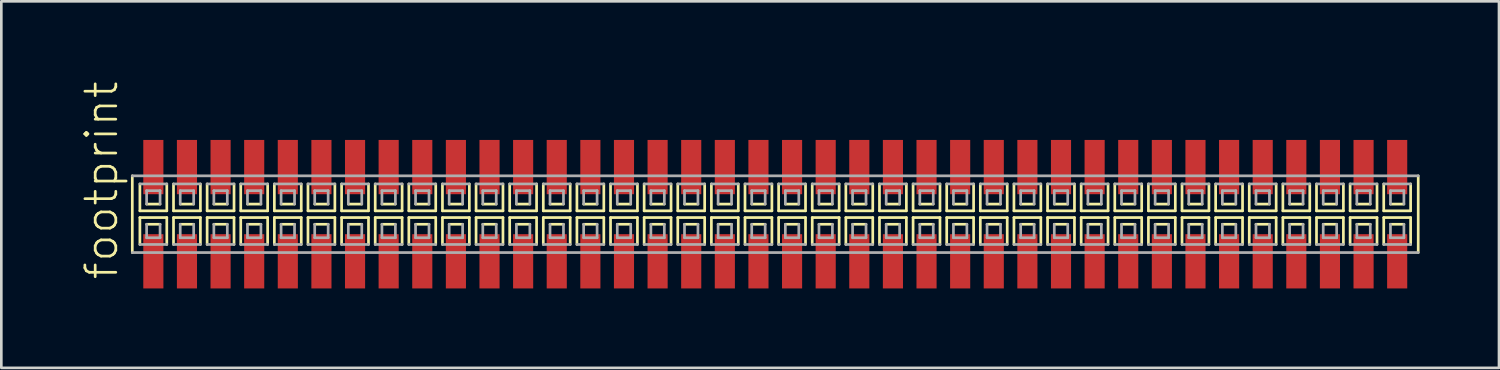
<source format=kicad_pcb>
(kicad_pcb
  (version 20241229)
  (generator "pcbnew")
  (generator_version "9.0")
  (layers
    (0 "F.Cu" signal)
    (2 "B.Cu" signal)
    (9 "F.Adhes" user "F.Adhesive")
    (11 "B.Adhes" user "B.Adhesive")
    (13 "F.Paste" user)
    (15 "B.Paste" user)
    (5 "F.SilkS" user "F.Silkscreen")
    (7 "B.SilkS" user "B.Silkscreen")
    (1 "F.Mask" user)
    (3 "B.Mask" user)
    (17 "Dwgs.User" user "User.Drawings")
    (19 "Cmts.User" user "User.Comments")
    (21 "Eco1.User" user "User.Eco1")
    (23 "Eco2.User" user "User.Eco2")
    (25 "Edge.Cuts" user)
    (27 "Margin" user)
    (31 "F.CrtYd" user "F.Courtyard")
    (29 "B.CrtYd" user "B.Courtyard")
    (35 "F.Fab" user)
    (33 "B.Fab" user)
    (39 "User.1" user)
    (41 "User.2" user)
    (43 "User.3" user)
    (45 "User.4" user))
  (footprint "footprint"
    (layer "F.Cu")
    (at 26.238 5.042)
    (property "Reference" "footprint" (at -24.765 2.54 90) (layer "F.SilkS") (effects (font (size 1.168 1.168) (thickness 0.102)) (justify left bottom)))
    (fp_line (start -24.29 -1.45) (end -24.29 1.45) (stroke (width 0.102) (type solid)) (layer "F.SilkS"))
    (fp_line (start -24.003 -1.143) (end -24.003 -0.127) (stroke (width 0.102) (type solid)) (layer "F.SilkS"))
    (fp_line (start -24.003 -0.127) (end -22.987 -0.127) (stroke (width 0.102) (type solid)) (layer "F.SilkS"))
    (fp_line (start -24.003 0.127) (end -24.003 1.143) (stroke (width 0.102) (type solid)) (layer "F.SilkS"))
    (fp_line (start -23.749 -0.381) (end -23.241 -0.381) (stroke (width 0.102) (type solid)) (layer "F.SilkS"))
    (fp_line (start -23.241 0.381) (end -23.749 0.381) (stroke (width 0.102) (type solid)) (layer "F.SilkS"))
    (fp_line (start -22.987 -0.127) (end -22.987 -1.143) (stroke (width 0.102) (type solid)) (layer "F.SilkS"))
    (fp_line (start -22.987 0.127) (end -24.003 0.127) (stroke (width 0.102) (type solid)) (layer "F.SilkS"))
    (fp_line (start -22.987 1.143) (end -22.987 0.127) (stroke (width 0.102) (type solid)) (layer "F.SilkS"))
    (fp_line (start -22.733 -1.143) (end -22.733 -0.127) (stroke (width 0.102) (type solid)) (layer "F.SilkS"))
    (fp_line (start -22.733 -0.127) (end -21.717 -0.127) (stroke (width 0.102) (type solid)) (layer "F.SilkS"))
    (fp_line (start -22.733 0.127) (end -22.733 1.143) (stroke (width 0.102) (type solid)) (layer "F.SilkS"))
    (fp_line (start -22.479 -0.381) (end -21.971 -0.381) (stroke (width 0.102) (type solid)) (layer "F.SilkS"))
    (fp_line (start -21.971 0.381) (end -22.479 0.381) (stroke (width 0.102) (type solid)) (layer "F.SilkS"))
    (fp_line (start -21.717 -0.127) (end -21.717 -1.143) (stroke (width 0.102) (type solid)) (layer "F.SilkS"))
    (fp_line (start -21.717 0.127) (end -22.733 0.127) (stroke (width 0.102) (type solid)) (layer "F.SilkS"))
    (fp_line (start -21.717 1.143) (end -21.717 0.127) (stroke (width 0.102) (type solid)) (layer "F.SilkS"))
    (fp_line (start -21.463 -1.143) (end -21.463 -0.127) (stroke (width 0.102) (type solid)) (layer "F.SilkS"))
    (fp_line (start -21.463 -0.127) (end -20.447 -0.127) (stroke (width 0.102) (type solid)) (layer "F.SilkS"))
    (fp_line (start -21.463 0.127) (end -21.463 1.143) (stroke (width 0.102) (type solid)) (layer "F.SilkS"))
    (fp_line (start -21.209 -0.381) (end -20.701 -0.381) (stroke (width 0.102) (type solid)) (layer "F.SilkS"))
    (fp_line (start -20.701 0.381) (end -21.209 0.381) (stroke (width 0.102) (type solid)) (layer "F.SilkS"))
    (fp_line (start -20.447 -0.127) (end -20.447 -1.143) (stroke (width 0.102) (type solid)) (layer "F.SilkS"))
    (fp_line (start -20.447 0.127) (end -21.463 0.127) (stroke (width 0.102) (type solid)) (layer "F.SilkS"))
    (fp_line (start -20.447 1.143) (end -20.447 0.127) (stroke (width 0.102) (type solid)) (layer "F.SilkS"))
    (fp_line (start -20.193 -1.143) (end -20.193 -0.127) (stroke (width 0.102) (type solid)) (layer "F.SilkS"))
    (fp_line (start -20.193 -0.127) (end -19.177 -0.127) (stroke (width 0.102) (type solid)) (layer "F.SilkS"))
    (fp_line (start -20.193 0.127) (end -20.193 1.143) (stroke (width 0.102) (type solid)) (layer "F.SilkS"))
    (fp_line (start -19.939 -0.381) (end -19.431 -0.381) (stroke (width 0.102) (type solid)) (layer "F.SilkS"))
    (fp_line (start -19.431 0.381) (end -19.939 0.381) (stroke (width 0.102) (type solid)) (layer "F.SilkS"))
    (fp_line (start -19.177 -0.127) (end -19.177 -1.143) (stroke (width 0.102) (type solid)) (layer "F.SilkS"))
    (fp_line (start -19.177 0.127) (end -20.193 0.127) (stroke (width 0.102) (type solid)) (layer "F.SilkS"))
    (fp_line (start -19.177 1.143) (end -19.177 0.127) (stroke (width 0.102) (type solid)) (layer "F.SilkS"))
    (fp_line (start -18.923 -1.143) (end -18.923 -0.127) (stroke (width 0.102) (type solid)) (layer "F.SilkS"))
    (fp_line (start -18.923 -0.127) (end -17.907 -0.127) (stroke (width 0.102) (type solid)) (layer "F.SilkS"))
    (fp_line (start -18.923 0.127) (end -18.923 1.143) (stroke (width 0.102) (type solid)) (layer "F.SilkS"))
    (fp_line (start -18.669 -0.381) (end -18.161 -0.381) (stroke (width 0.102) (type solid)) (layer "F.SilkS"))
    (fp_line (start -18.161 0.381) (end -18.669 0.381) (stroke (width 0.102) (type solid)) (layer "F.SilkS"))
    (fp_line (start -17.907 -0.127) (end -17.907 -1.143) (stroke (width 0.102) (type solid)) (layer "F.SilkS"))
    (fp_line (start -17.907 0.127) (end -18.923 0.127) (stroke (width 0.102) (type solid)) (layer "F.SilkS"))
    (fp_line (start -17.907 1.143) (end -17.907 0.127) (stroke (width 0.102) (type solid)) (layer "F.SilkS"))
    (fp_line (start -17.653 -1.143) (end -17.653 -0.127) (stroke (width 0.102) (type solid)) (layer "F.SilkS"))
    (fp_line (start -17.653 -0.127) (end -16.637 -0.127) (stroke (width 0.102) (type solid)) (layer "F.SilkS"))
    (fp_line (start -17.653 0.127) (end -17.653 1.143) (stroke (width 0.102) (type solid)) (layer "F.SilkS"))
    (fp_line (start -17.399 -0.381) (end -16.891 -0.381) (stroke (width 0.102) (type solid)) (layer "F.SilkS"))
    (fp_line (start -16.891 0.381) (end -17.399 0.381) (stroke (width 0.102) (type solid)) (layer "F.SilkS"))
    (fp_line (start -16.637 -0.127) (end -16.637 -1.143) (stroke (width 0.102) (type solid)) (layer "F.SilkS"))
    (fp_line (start -16.637 0.127) (end -17.653 0.127) (stroke (width 0.102) (type solid)) (layer "F.SilkS"))
    (fp_line (start -16.637 1.143) (end -16.637 0.127) (stroke (width 0.102) (type solid)) (layer "F.SilkS"))
    (fp_line (start -16.383 -1.143) (end -16.383 -0.127) (stroke (width 0.102) (type solid)) (layer "F.SilkS"))
    (fp_line (start -16.383 -0.127) (end -15.367 -0.127) (stroke (width 0.102) (type solid)) (layer "F.SilkS"))
    (fp_line (start -16.383 0.127) (end -16.383 1.143) (stroke (width 0.102) (type solid)) (layer "F.SilkS"))
    (fp_line (start -16.129 -0.381) (end -15.621 -0.381) (stroke (width 0.102) (type solid)) (layer "F.SilkS"))
    (fp_line (start -15.621 0.381) (end -16.129 0.381) (stroke (width 0.102) (type solid)) (layer "F.SilkS"))
    (fp_line (start -15.367 -0.127) (end -15.367 -1.143) (stroke (width 0.102) (type solid)) (layer "F.SilkS"))
    (fp_line (start -15.367 0.127) (end -16.383 0.127) (stroke (width 0.102) (type solid)) (layer "F.SilkS"))
    (fp_line (start -15.367 1.143) (end -15.367 0.127) (stroke (width 0.102) (type solid)) (layer "F.SilkS"))
    (fp_line (start -15.113 -1.143) (end -15.113 -0.127) (stroke (width 0.102) (type solid)) (layer "F.SilkS"))
    (fp_line (start -15.113 -0.127) (end -14.097 -0.127) (stroke (width 0.102) (type solid)) (layer "F.SilkS"))
    (fp_line (start -15.113 0.127) (end -15.113 1.143) (stroke (width 0.102) (type solid)) (layer "F.SilkS"))
    (fp_line (start -14.859 -0.381) (end -14.351 -0.381) (stroke (width 0.102) (type solid)) (layer "F.SilkS"))
    (fp_line (start -14.351 0.381) (end -14.859 0.381) (stroke (width 0.102) (type solid)) (layer "F.SilkS"))
    (fp_line (start -14.097 -0.127) (end -14.097 -1.143) (stroke (width 0.102) (type solid)) (layer "F.SilkS"))
    (fp_line (start -14.097 0.127) (end -15.113 0.127) (stroke (width 0.102) (type solid)) (layer "F.SilkS"))
    (fp_line (start -14.097 1.143) (end -14.097 0.127) (stroke (width 0.102) (type solid)) (layer "F.SilkS"))
    (fp_line (start -13.843 -1.143) (end -13.843 -0.127) (stroke (width 0.102) (type solid)) (layer "F.SilkS"))
    (fp_line (start -13.843 -0.127) (end -12.827 -0.127) (stroke (width 0.102) (type solid)) (layer "F.SilkS"))
    (fp_line (start -13.843 0.127) (end -13.843 1.143) (stroke (width 0.102) (type solid)) (layer "F.SilkS"))
    (fp_line (start -13.589 -0.381) (end -13.081 -0.381) (stroke (width 0.102) (type solid)) (layer "F.SilkS"))
    (fp_line (start -13.081 0.381) (end -13.589 0.381) (stroke (width 0.102) (type solid)) (layer "F.SilkS"))
    (fp_line (start -12.827 -0.127) (end -12.827 -1.143) (stroke (width 0.102) (type solid)) (layer "F.SilkS"))
    (fp_line (start -12.827 0.127) (end -13.843 0.127) (stroke (width 0.102) (type solid)) (layer "F.SilkS"))
    (fp_line (start -12.827 1.143) (end -12.827 0.127) (stroke (width 0.102) (type solid)) (layer "F.SilkS"))
    (fp_line (start -12.573 -1.143) (end -12.573 -0.127) (stroke (width 0.102) (type solid)) (layer "F.SilkS"))
    (fp_line (start -12.573 -0.127) (end -11.557 -0.127) (stroke (width 0.102) (type solid)) (layer "F.SilkS"))
    (fp_line (start -12.573 0.127) (end -12.573 1.143) (stroke (width 0.102) (type solid)) (layer "F.SilkS"))
    (fp_line (start -12.319 -0.381) (end -11.811 -0.381) (stroke (width 0.102) (type solid)) (layer "F.SilkS"))
    (fp_line (start -11.811 0.381) (end -12.319 0.381) (stroke (width 0.102) (type solid)) (layer "F.SilkS"))
    (fp_line (start -11.557 -0.127) (end -11.557 -1.143) (stroke (width 0.102) (type solid)) (layer "F.SilkS"))
    (fp_line (start -11.557 0.127) (end -12.573 0.127) (stroke (width 0.102) (type solid)) (layer "F.SilkS"))
    (fp_line (start -11.557 1.143) (end -11.557 0.127) (stroke (width 0.102) (type solid)) (layer "F.SilkS"))
    (fp_line (start -11.303 -1.143) (end -11.303 -0.127) (stroke (width 0.102) (type solid)) (layer "F.SilkS"))
    (fp_line (start -11.303 -0.127) (end -10.287 -0.127) (stroke (width 0.102) (type solid)) (layer "F.SilkS"))
    (fp_line (start -11.303 0.127) (end -11.303 1.143) (stroke (width 0.102) (type solid)) (layer "F.SilkS"))
    (fp_line (start -11.049 -0.381) (end -10.541 -0.381) (stroke (width 0.102) (type solid)) (layer "F.SilkS"))
    (fp_line (start -10.541 0.381) (end -11.049 0.381) (stroke (width 0.102) (type solid)) (layer "F.SilkS"))
    (fp_line (start -10.287 -0.127) (end -10.287 -1.143) (stroke (width 0.102) (type solid)) (layer "F.SilkS"))
    (fp_line (start -10.287 0.127) (end -11.303 0.127) (stroke (width 0.102) (type solid)) (layer "F.SilkS"))
    (fp_line (start -10.287 1.143) (end -10.287 0.127) (stroke (width 0.102) (type solid)) (layer "F.SilkS"))
    (fp_line (start -10.033 -1.143) (end -10.033 -0.127) (stroke (width 0.102) (type solid)) (layer "F.SilkS"))
    (fp_line (start -10.033 -0.127) (end -9.017 -0.127) (stroke (width 0.102) (type solid)) (layer "F.SilkS"))
    (fp_line (start -10.033 0.127) (end -10.033 1.143) (stroke (width 0.102) (type solid)) (layer "F.SilkS"))
    (fp_line (start -9.779 -0.381) (end -9.271 -0.381) (stroke (width 0.102) (type solid)) (layer "F.SilkS"))
    (fp_line (start -9.271 0.381) (end -9.779 0.381) (stroke (width 0.102) (type solid)) (layer "F.SilkS"))
    (fp_line (start -9.017 -0.127) (end -9.017 -1.143) (stroke (width 0.102) (type solid)) (layer "F.SilkS"))
    (fp_line (start -9.017 0.127) (end -10.033 0.127) (stroke (width 0.102) (type solid)) (layer "F.SilkS"))
    (fp_line (start -9.017 1.143) (end -9.017 0.127) (stroke (width 0.102) (type solid)) (layer "F.SilkS"))
    (fp_line (start -8.763 -1.143) (end -8.763 -0.127) (stroke (width 0.102) (type solid)) (layer "F.SilkS"))
    (fp_line (start -8.763 -0.127) (end -7.747 -0.127) (stroke (width 0.102) (type solid)) (layer "F.SilkS"))
    (fp_line (start -8.763 0.127) (end -8.763 1.143) (stroke (width 0.102) (type solid)) (layer "F.SilkS"))
    (fp_line (start -8.509 -0.381) (end -8.001 -0.381) (stroke (width 0.102) (type solid)) (layer "F.SilkS"))
    (fp_line (start -8.001 0.381) (end -8.509 0.381) (stroke (width 0.102) (type solid)) (layer "F.SilkS"))
    (fp_line (start -7.747 -0.127) (end -7.747 -1.143) (stroke (width 0.102) (type solid)) (layer "F.SilkS"))
    (fp_line (start -7.747 0.127) (end -8.763 0.127) (stroke (width 0.102) (type solid)) (layer "F.SilkS"))
    (fp_line (start -7.747 1.143) (end -7.747 0.127) (stroke (width 0.102) (type solid)) (layer "F.SilkS"))
    (fp_line (start -7.493 -1.143) (end -7.493 -0.127) (stroke (width 0.102) (type solid)) (layer "F.SilkS"))
    (fp_line (start -7.493 -0.127) (end -6.477 -0.127) (stroke (width 0.102) (type solid)) (layer "F.SilkS"))
    (fp_line (start -7.493 0.127) (end -7.493 1.143) (stroke (width 0.102) (type solid)) (layer "F.SilkS"))
    (fp_line (start -7.239 -0.381) (end -6.731 -0.381) (stroke (width 0.102) (type solid)) (layer "F.SilkS"))
    (fp_line (start -6.731 0.381) (end -7.239 0.381) (stroke (width 0.102) (type solid)) (layer "F.SilkS"))
    (fp_line (start -6.477 -0.127) (end -6.477 -1.143) (stroke (width 0.102) (type solid)) (layer "F.SilkS"))
    (fp_line (start -6.477 0.127) (end -7.493 0.127) (stroke (width 0.102) (type solid)) (layer "F.SilkS"))
    (fp_line (start -6.477 1.143) (end -6.477 0.127) (stroke (width 0.102) (type solid)) (layer "F.SilkS"))
    (fp_line (start -6.223 -1.143) (end -6.223 -0.127) (stroke (width 0.102) (type solid)) (layer "F.SilkS"))
    (fp_line (start -6.223 -0.127) (end -5.207 -0.127) (stroke (width 0.102) (type solid)) (layer "F.SilkS"))
    (fp_line (start -6.223 0.127) (end -6.223 1.143) (stroke (width 0.102) (type solid)) (layer "F.SilkS"))
    (fp_line (start -5.969 -0.381) (end -5.461 -0.381) (stroke (width 0.102) (type solid)) (layer "F.SilkS"))
    (fp_line (start -5.461 0.381) (end -5.969 0.381) (stroke (width 0.102) (type solid)) (layer "F.SilkS"))
    (fp_line (start -5.207 -0.127) (end -5.207 -1.143) (stroke (width 0.102) (type solid)) (layer "F.SilkS"))
    (fp_line (start -5.207 0.127) (end -6.223 0.127) (stroke (width 0.102) (type solid)) (layer "F.SilkS"))
    (fp_line (start -5.207 1.143) (end -5.207 0.127) (stroke (width 0.102) (type solid)) (layer "F.SilkS"))
    (fp_line (start -4.953 -1.143) (end -4.953 -0.127) (stroke (width 0.102) (type solid)) (layer "F.SilkS"))
    (fp_line (start -4.953 -0.127) (end -3.937 -0.127) (stroke (width 0.102) (type solid)) (layer "F.SilkS"))
    (fp_line (start -4.953 0.127) (end -4.953 1.143) (stroke (width 0.102) (type solid)) (layer "F.SilkS"))
    (fp_line (start -4.699 -0.381) (end -4.191 -0.381) (stroke (width 0.102) (type solid)) (layer "F.SilkS"))
    (fp_line (start -4.191 0.381) (end -4.699 0.381) (stroke (width 0.102) (type solid)) (layer "F.SilkS"))
    (fp_line (start -3.937 -0.127) (end -3.937 -1.143) (stroke (width 0.102) (type solid)) (layer "F.SilkS"))
    (fp_line (start -3.937 0.127) (end -4.953 0.127) (stroke (width 0.102) (type solid)) (layer "F.SilkS"))
    (fp_line (start -3.937 1.143) (end -3.937 0.127) (stroke (width 0.102) (type solid)) (layer "F.SilkS"))
    (fp_line (start -3.683 -1.143) (end -3.683 -0.127) (stroke (width 0.102) (type solid)) (layer "F.SilkS"))
    (fp_line (start -3.683 -0.127) (end -2.667 -0.127) (stroke (width 0.102) (type solid)) (layer "F.SilkS"))
    (fp_line (start -3.683 0.127) (end -3.683 1.143) (stroke (width 0.102) (type solid)) (layer "F.SilkS"))
    (fp_line (start -3.429 -0.381) (end -2.921 -0.381) (stroke (width 0.102) (type solid)) (layer "F.SilkS"))
    (fp_line (start -2.921 0.381) (end -3.429 0.381) (stroke (width 0.102) (type solid)) (layer "F.SilkS"))
    (fp_line (start -2.667 -0.127) (end -2.667 -1.143) (stroke (width 0.102) (type solid)) (layer "F.SilkS"))
    (fp_line (start -2.667 0.127) (end -3.683 0.127) (stroke (width 0.102) (type solid)) (layer "F.SilkS"))
    (fp_line (start -2.667 1.143) (end -2.667 0.127) (stroke (width 0.102) (type solid)) (layer "F.SilkS"))
    (fp_line (start -2.413 -1.143) (end -2.413 -0.127) (stroke (width 0.102) (type solid)) (layer "F.SilkS"))
    (fp_line (start -2.413 -0.127) (end -1.397 -0.127) (stroke (width 0.102) (type solid)) (layer "F.SilkS"))
    (fp_line (start -2.413 0.127) (end -2.413 1.143) (stroke (width 0.102) (type solid)) (layer "F.SilkS"))
    (fp_line (start -2.159 -0.381) (end -1.651 -0.381) (stroke (width 0.102) (type solid)) (layer "F.SilkS"))
    (fp_line (start -1.651 0.381) (end -2.159 0.381) (stroke (width 0.102) (type solid)) (layer "F.SilkS"))
    (fp_line (start -1.397 -0.127) (end -1.397 -1.143) (stroke (width 0.102) (type solid)) (layer "F.SilkS"))
    (fp_line (start -1.397 0.127) (end -2.413 0.127) (stroke (width 0.102) (type solid)) (layer "F.SilkS"))
    (fp_line (start -1.397 1.143) (end -1.397 0.127) (stroke (width 0.102) (type solid)) (layer "F.SilkS"))
    (fp_line (start -1.143 -1.143) (end -1.143 -0.127) (stroke (width 0.102) (type solid)) (layer "F.SilkS"))
    (fp_line (start -1.143 -0.127) (end -0.127 -0.127) (stroke (width 0.102) (type solid)) (layer "F.SilkS"))
    (fp_line (start -1.143 0.127) (end -1.143 1.143) (stroke (width 0.102) (type solid)) (layer "F.SilkS"))
    (fp_line (start -0.889 -0.381) (end -0.381 -0.381) (stroke (width 0.102) (type solid)) (layer "F.SilkS"))
    (fp_line (start -0.381 0.381) (end -0.889 0.381) (stroke (width 0.102) (type solid)) (layer "F.SilkS"))
    (fp_line (start -0.127 -0.127) (end -0.127 -1.143) (stroke (width 0.102) (type solid)) (layer "F.SilkS"))
    (fp_line (start -0.127 0.127) (end -1.143 0.127) (stroke (width 0.102) (type solid)) (layer "F.SilkS"))
    (fp_line (start -0.127 1.143) (end -0.127 0.127) (stroke (width 0.102) (type solid)) (layer "F.SilkS"))
    (fp_line (start 0.127 -1.143) (end 0.127 -0.127) (stroke (width 0.102) (type solid)) (layer "F.SilkS"))
    (fp_line (start 0.127 -0.127) (end 1.143 -0.127) (stroke (width 0.102) (type solid)) (layer "F.SilkS"))
    (fp_line (start 0.127 0.127) (end 0.127 1.143) (stroke (width 0.102) (type solid)) (layer "F.SilkS"))
    (fp_line (start 0.381 -0.381) (end 0.889 -0.381) (stroke (width 0.102) (type solid)) (layer "F.SilkS"))
    (fp_line (start 0.889 0.381) (end 0.381 0.381) (stroke (width 0.102) (type solid)) (layer "F.SilkS"))
    (fp_line (start 1.143 -0.127) (end 1.143 -1.143) (stroke (width 0.102) (type solid)) (layer "F.SilkS"))
    (fp_line (start 1.143 0.127) (end 0.127 0.127) (stroke (width 0.102) (type solid)) (layer "F.SilkS"))
    (fp_line (start 1.143 1.143) (end 1.143 0.127) (stroke (width 0.102) (type solid)) (layer "F.SilkS"))
    (fp_line (start 1.397 -1.143) (end 1.397 -0.127) (stroke (width 0.102) (type solid)) (layer "F.SilkS"))
    (fp_line (start 1.397 -0.127) (end 2.413 -0.127) (stroke (width 0.102) (type solid)) (layer "F.SilkS"))
    (fp_line (start 1.397 0.127) (end 1.397 1.143) (stroke (width 0.102) (type solid)) (layer "F.SilkS"))
    (fp_line (start 1.651 -0.381) (end 2.159 -0.381) (stroke (width 0.102) (type solid)) (layer "F.SilkS"))
    (fp_line (start 2.159 0.381) (end 1.651 0.381) (stroke (width 0.102) (type solid)) (layer "F.SilkS"))
    (fp_line (start 2.413 -0.127) (end 2.413 -1.143) (stroke (width 0.102) (type solid)) (layer "F.SilkS"))
    (fp_line (start 2.413 0.127) (end 1.397 0.127) (stroke (width 0.102) (type solid)) (layer "F.SilkS"))
    (fp_line (start 2.413 1.143) (end 2.413 0.127) (stroke (width 0.102) (type solid)) (layer "F.SilkS"))
    (fp_line (start 2.667 -1.143) (end 2.667 -0.127) (stroke (width 0.102) (type solid)) (layer "F.SilkS"))
    (fp_line (start 2.667 -0.127) (end 3.683 -0.127) (stroke (width 0.102) (type solid)) (layer "F.SilkS"))
    (fp_line (start 2.667 0.127) (end 2.667 1.143) (stroke (width 0.102) (type solid)) (layer "F.SilkS"))
    (fp_line (start 2.921 -0.381) (end 3.429 -0.381) (stroke (width 0.102) (type solid)) (layer "F.SilkS"))
    (fp_line (start 3.429 0.381) (end 2.921 0.381) (stroke (width 0.102) (type solid)) (layer "F.SilkS"))
    (fp_line (start 3.683 -0.127) (end 3.683 -1.143) (stroke (width 0.102) (type solid)) (layer "F.SilkS"))
    (fp_line (start 3.683 0.127) (end 2.667 0.127) (stroke (width 0.102) (type solid)) (layer "F.SilkS"))
    (fp_line (start 3.683 1.143) (end 3.683 0.127) (stroke (width 0.102) (type solid)) (layer "F.SilkS"))
    (fp_line (start 3.937 -1.143) (end 3.937 -0.127) (stroke (width 0.102) (type solid)) (layer "F.SilkS"))
    (fp_line (start 3.937 -0.127) (end 4.953 -0.127) (stroke (width 0.102) (type solid)) (layer "F.SilkS"))
    (fp_line (start 3.937 0.127) (end 3.937 1.143) (stroke (width 0.102) (type solid)) (layer "F.SilkS"))
    (fp_line (start 4.191 -0.381) (end 4.699 -0.381) (stroke (width 0.102) (type solid)) (layer "F.SilkS"))
    (fp_line (start 4.699 0.381) (end 4.191 0.381) (stroke (width 0.102) (type solid)) (layer "F.SilkS"))
    (fp_line (start 4.953 -0.127) (end 4.953 -1.143) (stroke (width 0.102) (type solid)) (layer "F.SilkS"))
    (fp_line (start 4.953 0.127) (end 3.937 0.127) (stroke (width 0.102) (type solid)) (layer "F.SilkS"))
    (fp_line (start 4.953 1.143) (end 4.953 0.127) (stroke (width 0.102) (type solid)) (layer "F.SilkS"))
    (fp_line (start 5.207 -1.143) (end 5.207 -0.127) (stroke (width 0.102) (type solid)) (layer "F.SilkS"))
    (fp_line (start 5.207 -0.127) (end 6.223 -0.127) (stroke (width 0.102) (type solid)) (layer "F.SilkS"))
    (fp_line (start 5.207 0.127) (end 5.207 1.143) (stroke (width 0.102) (type solid)) (layer "F.SilkS"))
    (fp_line (start 5.461 -0.381) (end 5.969 -0.381) (stroke (width 0.102) (type solid)) (layer "F.SilkS"))
    (fp_line (start 5.969 0.381) (end 5.461 0.381) (stroke (width 0.102) (type solid)) (layer "F.SilkS"))
    (fp_line (start 6.223 -0.127) (end 6.223 -1.143) (stroke (width 0.102) (type solid)) (layer "F.SilkS"))
    (fp_line (start 6.223 0.127) (end 5.207 0.127) (stroke (width 0.102) (type solid)) (layer "F.SilkS"))
    (fp_line (start 6.223 1.143) (end 6.223 0.127) (stroke (width 0.102) (type solid)) (layer "F.SilkS"))
    (fp_line (start 6.477 -1.143) (end 6.477 -0.127) (stroke (width 0.102) (type solid)) (layer "F.SilkS"))
    (fp_line (start 6.477 -0.127) (end 7.493 -0.127) (stroke (width 0.102) (type solid)) (layer "F.SilkS"))
    (fp_line (start 6.477 0.127) (end 6.477 1.143) (stroke (width 0.102) (type solid)) (layer "F.SilkS"))
    (fp_line (start 6.731 -0.381) (end 7.239 -0.381) (stroke (width 0.102) (type solid)) (layer "F.SilkS"))
    (fp_line (start 7.239 0.381) (end 6.731 0.381) (stroke (width 0.102) (type solid)) (layer "F.SilkS"))
    (fp_line (start 7.493 -0.127) (end 7.493 -1.143) (stroke (width 0.102) (type solid)) (layer "F.SilkS"))
    (fp_line (start 7.493 0.127) (end 6.477 0.127) (stroke (width 0.102) (type solid)) (layer "F.SilkS"))
    (fp_line (start 7.493 1.143) (end 7.493 0.127) (stroke (width 0.102) (type solid)) (layer "F.SilkS"))
    (fp_line (start 7.747 -1.143) (end 7.747 -0.127) (stroke (width 0.102) (type solid)) (layer "F.SilkS"))
    (fp_line (start 7.747 -0.127) (end 8.763 -0.127) (stroke (width 0.102) (type solid)) (layer "F.SilkS"))
    (fp_line (start 7.747 0.127) (end 7.747 1.143) (stroke (width 0.102) (type solid)) (layer "F.SilkS"))
    (fp_line (start 8.001 -0.381) (end 8.509 -0.381) (stroke (width 0.102) (type solid)) (layer "F.SilkS"))
    (fp_line (start 8.509 0.381) (end 8.001 0.381) (stroke (width 0.102) (type solid)) (layer "F.SilkS"))
    (fp_line (start 8.763 -0.127) (end 8.763 -1.143) (stroke (width 0.102) (type solid)) (layer "F.SilkS"))
    (fp_line (start 8.763 0.127) (end 7.747 0.127) (stroke (width 0.102) (type solid)) (layer "F.SilkS"))
    (fp_line (start 8.763 1.143) (end 8.763 0.127) (stroke (width 0.102) (type solid)) (layer "F.SilkS"))
    (fp_line (start 9.017 -1.143) (end 9.017 -0.127) (stroke (width 0.102) (type solid)) (layer "F.SilkS"))
    (fp_line (start 9.017 -0.127) (end 10.033 -0.127) (stroke (width 0.102) (type solid)) (layer "F.SilkS"))
    (fp_line (start 9.017 0.127) (end 9.017 1.143) (stroke (width 0.102) (type solid)) (layer "F.SilkS"))
    (fp_line (start 9.271 -0.381) (end 9.779 -0.381) (stroke (width 0.102) (type solid)) (layer "F.SilkS"))
    (fp_line (start 9.779 0.381) (end 9.271 0.381) (stroke (width 0.102) (type solid)) (layer "F.SilkS"))
    (fp_line (start 10.033 -0.127) (end 10.033 -1.143) (stroke (width 0.102) (type solid)) (layer "F.SilkS"))
    (fp_line (start 10.033 0.127) (end 9.017 0.127) (stroke (width 0.102) (type solid)) (layer "F.SilkS"))
    (fp_line (start 10.033 1.143) (end 10.033 0.127) (stroke (width 0.102) (type solid)) (layer "F.SilkS"))
    (fp_line (start 10.287 -1.143) (end 10.287 -0.127) (stroke (width 0.102) (type solid)) (layer "F.SilkS"))
    (fp_line (start 10.287 -0.127) (end 11.303 -0.127) (stroke (width 0.102) (type solid)) (layer "F.SilkS"))
    (fp_line (start 10.287 0.127) (end 10.287 1.143) (stroke (width 0.102) (type solid)) (layer "F.SilkS"))
    (fp_line (start 10.541 -0.381) (end 11.049 -0.381) (stroke (width 0.102) (type solid)) (layer "F.SilkS"))
    (fp_line (start 11.049 0.381) (end 10.541 0.381) (stroke (width 0.102) (type solid)) (layer "F.SilkS"))
    (fp_line (start 11.303 -0.127) (end 11.303 -1.143) (stroke (width 0.102) (type solid)) (layer "F.SilkS"))
    (fp_line (start 11.303 0.127) (end 10.287 0.127) (stroke (width 0.102) (type solid)) (layer "F.SilkS"))
    (fp_line (start 11.303 1.143) (end 11.303 0.127) (stroke (width 0.102) (type solid)) (layer "F.SilkS"))
    (fp_line (start 11.557 -1.143) (end 11.557 -0.127) (stroke (width 0.102) (type solid)) (layer "F.SilkS"))
    (fp_line (start 11.557 -0.127) (end 12.573 -0.127) (stroke (width 0.102) (type solid)) (layer "F.SilkS"))
    (fp_line (start 11.557 0.127) (end 11.557 1.143) (stroke (width 0.102) (type solid)) (layer "F.SilkS"))
    (fp_line (start 11.811 -0.381) (end 12.319 -0.381) (stroke (width 0.102) (type solid)) (layer "F.SilkS"))
    (fp_line (start 12.319 0.381) (end 11.811 0.381) (stroke (width 0.102) (type solid)) (layer "F.SilkS"))
    (fp_line (start 12.573 -0.127) (end 12.573 -1.143) (stroke (width 0.102) (type solid)) (layer "F.SilkS"))
    (fp_line (start 12.573 0.127) (end 11.557 0.127) (stroke (width 0.102) (type solid)) (layer "F.SilkS"))
    (fp_line (start 12.573 1.143) (end 12.573 0.127) (stroke (width 0.102) (type solid)) (layer "F.SilkS"))
    (fp_line (start 12.827 -1.143) (end 12.827 -0.127) (stroke (width 0.102) (type solid)) (layer "F.SilkS"))
    (fp_line (start 12.827 -0.127) (end 13.843 -0.127) (stroke (width 0.102) (type solid)) (layer "F.SilkS"))
    (fp_line (start 12.827 0.127) (end 12.827 1.143) (stroke (width 0.102) (type solid)) (layer "F.SilkS"))
    (fp_line (start 13.081 -0.381) (end 13.589 -0.381) (stroke (width 0.102) (type solid)) (layer "F.SilkS"))
    (fp_line (start 13.589 0.381) (end 13.081 0.381) (stroke (width 0.102) (type solid)) (layer "F.SilkS"))
    (fp_line (start 13.843 -0.127) (end 13.843 -1.143) (stroke (width 0.102) (type solid)) (layer "F.SilkS"))
    (fp_line (start 13.843 0.127) (end 12.827 0.127) (stroke (width 0.102) (type solid)) (layer "F.SilkS"))
    (fp_line (start 13.843 1.143) (end 13.843 0.127) (stroke (width 0.102) (type solid)) (layer "F.SilkS"))
    (fp_line (start 14.097 -1.143) (end 14.097 -0.127) (stroke (width 0.102) (type solid)) (layer "F.SilkS"))
    (fp_line (start 14.097 -0.127) (end 15.113 -0.127) (stroke (width 0.102) (type solid)) (layer "F.SilkS"))
    (fp_line (start 14.097 0.127) (end 14.097 1.143) (stroke (width 0.102) (type solid)) (layer "F.SilkS"))
    (fp_line (start 14.351 -0.381) (end 14.859 -0.381) (stroke (width 0.102) (type solid)) (layer "F.SilkS"))
    (fp_line (start 14.859 0.381) (end 14.351 0.381) (stroke (width 0.102) (type solid)) (layer "F.SilkS"))
    (fp_line (start 15.113 -0.127) (end 15.113 -1.143) (stroke (width 0.102) (type solid)) (layer "F.SilkS"))
    (fp_line (start 15.113 0.127) (end 14.097 0.127) (stroke (width 0.102) (type solid)) (layer "F.SilkS"))
    (fp_line (start 15.113 1.143) (end 15.113 0.127) (stroke (width 0.102) (type solid)) (layer "F.SilkS"))
    (fp_line (start 15.367 -1.143) (end 15.367 -0.127) (stroke (width 0.102) (type solid)) (layer "F.SilkS"))
    (fp_line (start 15.367 -0.127) (end 16.383 -0.127) (stroke (width 0.102) (type solid)) (layer "F.SilkS"))
    (fp_line (start 15.367 0.127) (end 15.367 1.143) (stroke (width 0.102) (type solid)) (layer "F.SilkS"))
    (fp_line (start 15.621 -0.381) (end 16.129 -0.381) (stroke (width 0.102) (type solid)) (layer "F.SilkS"))
    (fp_line (start 16.129 0.381) (end 15.621 0.381) (stroke (width 0.102) (type solid)) (layer "F.SilkS"))
    (fp_line (start 16.383 -0.127) (end 16.383 -1.143) (stroke (width 0.102) (type solid)) (layer "F.SilkS"))
    (fp_line (start 16.383 0.127) (end 15.367 0.127) (stroke (width 0.102) (type solid)) (layer "F.SilkS"))
    (fp_line (start 16.383 1.143) (end 16.383 0.127) (stroke (width 0.102) (type solid)) (layer "F.SilkS"))
    (fp_line (start 16.637 -1.143) (end 16.637 -0.127) (stroke (width 0.102) (type solid)) (layer "F.SilkS"))
    (fp_line (start 16.637 -0.127) (end 17.653 -0.127) (stroke (width 0.102) (type solid)) (layer "F.SilkS"))
    (fp_line (start 16.637 0.127) (end 16.637 1.143) (stroke (width 0.102) (type solid)) (layer "F.SilkS"))
    (fp_line (start 16.891 -0.381) (end 17.399 -0.381) (stroke (width 0.102) (type solid)) (layer "F.SilkS"))
    (fp_line (start 17.399 0.381) (end 16.891 0.381) (stroke (width 0.102) (type solid)) (layer "F.SilkS"))
    (fp_line (start 17.653 -0.127) (end 17.653 -1.143) (stroke (width 0.102) (type solid)) (layer "F.SilkS"))
    (fp_line (start 17.653 0.127) (end 16.637 0.127) (stroke (width 0.102) (type solid)) (layer "F.SilkS"))
    (fp_line (start 17.653 1.143) (end 17.653 0.127) (stroke (width 0.102) (type solid)) (layer "F.SilkS"))
    (fp_line (start 17.907 -1.143) (end 17.907 -0.127) (stroke (width 0.102) (type solid)) (layer "F.SilkS"))
    (fp_line (start 17.907 -0.127) (end 18.923 -0.127) (stroke (width 0.102) (type solid)) (layer "F.SilkS"))
    (fp_line (start 17.907 0.127) (end 17.907 1.143) (stroke (width 0.102) (type solid)) (layer "F.SilkS"))
    (fp_line (start 18.161 -0.381) (end 18.669 -0.381) (stroke (width 0.102) (type solid)) (layer "F.SilkS"))
    (fp_line (start 18.669 0.381) (end 18.161 0.381) (stroke (width 0.102) (type solid)) (layer "F.SilkS"))
    (fp_line (start 18.923 -0.127) (end 18.923 -1.143) (stroke (width 0.102) (type solid)) (layer "F.SilkS"))
    (fp_line (start 18.923 0.127) (end 17.907 0.127) (stroke (width 0.102) (type solid)) (layer "F.SilkS"))
    (fp_line (start 18.923 1.143) (end 18.923 0.127) (stroke (width 0.102) (type solid)) (layer "F.SilkS"))
    (fp_line (start 19.177 -1.143) (end 19.177 -0.127) (stroke (width 0.102) (type solid)) (layer "F.SilkS"))
    (fp_line (start 19.177 -0.127) (end 20.193 -0.127) (stroke (width 0.102) (type solid)) (layer "F.SilkS"))
    (fp_line (start 19.177 0.127) (end 19.177 1.143) (stroke (width 0.102) (type solid)) (layer "F.SilkS"))
    (fp_line (start 19.431 -0.381) (end 19.939 -0.381) (stroke (width 0.102) (type solid)) (layer "F.SilkS"))
    (fp_line (start 19.939 0.381) (end 19.431 0.381) (stroke (width 0.102) (type solid)) (layer "F.SilkS"))
    (fp_line (start 20.193 -0.127) (end 20.193 -1.143) (stroke (width 0.102) (type solid)) (layer "F.SilkS"))
    (fp_line (start 20.193 0.127) (end 19.177 0.127) (stroke (width 0.102) (type solid)) (layer "F.SilkS"))
    (fp_line (start 20.193 1.143) (end 20.193 0.127) (stroke (width 0.102) (type solid)) (layer "F.SilkS"))
    (fp_line (start 20.447 -1.143) (end 20.447 -0.127) (stroke (width 0.102) (type solid)) (layer "F.SilkS"))
    (fp_line (start 20.447 -0.127) (end 21.463 -0.127) (stroke (width 0.102) (type solid)) (layer "F.SilkS"))
    (fp_line (start 20.447 0.127) (end 20.447 1.143) (stroke (width 0.102) (type solid)) (layer "F.SilkS"))
    (fp_line (start 20.701 -0.381) (end 21.209 -0.381) (stroke (width 0.102) (type solid)) (layer "F.SilkS"))
    (fp_line (start 21.209 0.381) (end 20.701 0.381) (stroke (width 0.102) (type solid)) (layer "F.SilkS"))
    (fp_line (start 21.463 -0.127) (end 21.463 -1.143) (stroke (width 0.102) (type solid)) (layer "F.SilkS"))
    (fp_line (start 21.463 0.127) (end 20.447 0.127) (stroke (width 0.102) (type solid)) (layer "F.SilkS"))
    (fp_line (start 21.463 1.143) (end 21.463 0.127) (stroke (width 0.102) (type solid)) (layer "F.SilkS"))
    (fp_line (start 21.717 -1.143) (end 21.717 -0.127) (stroke (width 0.102) (type solid)) (layer "F.SilkS"))
    (fp_line (start 21.717 -0.127) (end 22.733 -0.127) (stroke (width 0.102) (type solid)) (layer "F.SilkS"))
    (fp_line (start 21.717 0.127) (end 21.717 1.143) (stroke (width 0.102) (type solid)) (layer "F.SilkS"))
    (fp_line (start 21.971 -0.381) (end 22.479 -0.381) (stroke (width 0.102) (type solid)) (layer "F.SilkS"))
    (fp_line (start 22.479 0.381) (end 21.971 0.381) (stroke (width 0.102) (type solid)) (layer "F.SilkS"))
    (fp_line (start 22.733 -0.127) (end 22.733 -1.143) (stroke (width 0.102) (type solid)) (layer "F.SilkS"))
    (fp_line (start 22.733 0.127) (end 21.717 0.127) (stroke (width 0.102) (type solid)) (layer "F.SilkS"))
    (fp_line (start 22.733 1.143) (end 22.733 0.127) (stroke (width 0.102) (type solid)) (layer "F.SilkS"))
    (fp_line (start 22.987 -1.143) (end 22.987 -0.127) (stroke (width 0.102) (type solid)) (layer "F.SilkS"))
    (fp_line (start 22.987 -0.127) (end 24.003 -0.127) (stroke (width 0.102) (type solid)) (layer "F.SilkS"))
    (fp_line (start 22.987 0.127) (end 22.987 1.143) (stroke (width 0.102) (type solid)) (layer "F.SilkS"))
    (fp_line (start 23.241 -0.381) (end 23.749 -0.381) (stroke (width 0.102) (type solid)) (layer "F.SilkS"))
    (fp_line (start 23.749 0.381) (end 23.241 0.381) (stroke (width 0.102) (type solid)) (layer "F.SilkS"))
    (fp_line (start 24.003 -0.127) (end 24.003 -1.143) (stroke (width 0.102) (type solid)) (layer "F.SilkS"))
    (fp_line (start 24.003 0.127) (end 22.987 0.127) (stroke (width 0.102) (type solid)) (layer "F.SilkS"))
    (fp_line (start 24.003 1.143) (end 24.003 0.127) (stroke (width 0.102) (type solid)) (layer "F.SilkS"))
    (fp_line (start 24.29 1.45) (end 24.29 -1.45) (stroke (width 0.102) (type solid)) (layer "F.SilkS"))
    (fp_line (start -24.29 1.45) (end 24.29 1.45) (stroke (width 0.102) (type solid)) (layer "F.Fab"))
    (fp_line (start -24.003 1.143) (end -22.987 1.143) (stroke (width 0.102) (type solid)) (layer "F.Fab"))
    (fp_line (start -23.749 -0.889) (end -23.749 -0.381) (stroke (width 0.102) (type solid)) (layer "F.Fab"))
    (fp_line (start -23.749 0.381) (end -23.749 0.889) (stroke (width 0.102) (type solid)) (layer "F.Fab"))
    (fp_line (start -23.749 0.889) (end -23.241 0.889) (stroke (width 0.102) (type solid)) (layer "F.Fab"))
    (fp_line (start -23.241 -0.889) (end -23.749 -0.889) (stroke (width 0.102) (type solid)) (layer "F.Fab"))
    (fp_line (start -23.241 -0.381) (end -23.241 -0.889) (stroke (width 0.102) (type solid)) (layer "F.Fab"))
    (fp_line (start -23.241 0.889) (end -23.241 0.381) (stroke (width 0.102) (type solid)) (layer "F.Fab"))
    (fp_line (start -22.987 -1.143) (end -24.003 -1.143) (stroke (width 0.102) (type solid)) (layer "F.Fab"))
    (fp_line (start -22.733 1.143) (end -21.717 1.143) (stroke (width 0.102) (type solid)) (layer "F.Fab"))
    (fp_line (start -22.479 -0.889) (end -22.479 -0.381) (stroke (width 0.102) (type solid)) (layer "F.Fab"))
    (fp_line (start -22.479 0.381) (end -22.479 0.889) (stroke (width 0.102) (type solid)) (layer "F.Fab"))
    (fp_line (start -22.479 0.889) (end -21.971 0.889) (stroke (width 0.102) (type solid)) (layer "F.Fab"))
    (fp_line (start -21.971 -0.889) (end -22.479 -0.889) (stroke (width 0.102) (type solid)) (layer "F.Fab"))
    (fp_line (start -21.971 -0.381) (end -21.971 -0.889) (stroke (width 0.102) (type solid)) (layer "F.Fab"))
    (fp_line (start -21.971 0.889) (end -21.971 0.381) (stroke (width 0.102) (type solid)) (layer "F.Fab"))
    (fp_line (start -21.717 -1.143) (end -22.733 -1.143) (stroke (width 0.102) (type solid)) (layer "F.Fab"))
    (fp_line (start -21.463 1.143) (end -20.447 1.143) (stroke (width 0.102) (type solid)) (layer "F.Fab"))
    (fp_line (start -21.209 -0.889) (end -21.209 -0.381) (stroke (width 0.102) (type solid)) (layer "F.Fab"))
    (fp_line (start -21.209 0.381) (end -21.209 0.889) (stroke (width 0.102) (type solid)) (layer "F.Fab"))
    (fp_line (start -21.209 0.889) (end -20.701 0.889) (stroke (width 0.102) (type solid)) (layer "F.Fab"))
    (fp_line (start -20.701 -0.889) (end -21.209 -0.889) (stroke (width 0.102) (type solid)) (layer "F.Fab"))
    (fp_line (start -20.701 -0.381) (end -20.701 -0.889) (stroke (width 0.102) (type solid)) (layer "F.Fab"))
    (fp_line (start -20.701 0.889) (end -20.701 0.381) (stroke (width 0.102) (type solid)) (layer "F.Fab"))
    (fp_line (start -20.447 -1.143) (end -21.463 -1.143) (stroke (width 0.102) (type solid)) (layer "F.Fab"))
    (fp_line (start -20.193 1.143) (end -19.177 1.143) (stroke (width 0.102) (type solid)) (layer "F.Fab"))
    (fp_line (start -19.939 -0.889) (end -19.939 -0.381) (stroke (width 0.102) (type solid)) (layer "F.Fab"))
    (fp_line (start -19.939 0.381) (end -19.939 0.889) (stroke (width 0.102) (type solid)) (layer "F.Fab"))
    (fp_line (start -19.939 0.889) (end -19.431 0.889) (stroke (width 0.102) (type solid)) (layer "F.Fab"))
    (fp_line (start -19.431 -0.889) (end -19.939 -0.889) (stroke (width 0.102) (type solid)) (layer "F.Fab"))
    (fp_line (start -19.431 -0.381) (end -19.431 -0.889) (stroke (width 0.102) (type solid)) (layer "F.Fab"))
    (fp_line (start -19.431 0.889) (end -19.431 0.381) (stroke (width 0.102) (type solid)) (layer "F.Fab"))
    (fp_line (start -19.177 -1.143) (end -20.193 -1.143) (stroke (width 0.102) (type solid)) (layer "F.Fab"))
    (fp_line (start -18.923 1.143) (end -17.907 1.143) (stroke (width 0.102) (type solid)) (layer "F.Fab"))
    (fp_line (start -18.669 -0.889) (end -18.669 -0.381) (stroke (width 0.102) (type solid)) (layer "F.Fab"))
    (fp_line (start -18.669 0.381) (end -18.669 0.889) (stroke (width 0.102) (type solid)) (layer "F.Fab"))
    (fp_line (start -18.669 0.889) (end -18.161 0.889) (stroke (width 0.102) (type solid)) (layer "F.Fab"))
    (fp_line (start -18.161 -0.889) (end -18.669 -0.889) (stroke (width 0.102) (type solid)) (layer "F.Fab"))
    (fp_line (start -18.161 -0.381) (end -18.161 -0.889) (stroke (width 0.102) (type solid)) (layer "F.Fab"))
    (fp_line (start -18.161 0.889) (end -18.161 0.381) (stroke (width 0.102) (type solid)) (layer "F.Fab"))
    (fp_line (start -17.907 -1.143) (end -18.923 -1.143) (stroke (width 0.102) (type solid)) (layer "F.Fab"))
    (fp_line (start -17.653 1.143) (end -16.637 1.143) (stroke (width 0.102) (type solid)) (layer "F.Fab"))
    (fp_line (start -17.399 -0.889) (end -17.399 -0.381) (stroke (width 0.102) (type solid)) (layer "F.Fab"))
    (fp_line (start -17.399 0.381) (end -17.399 0.889) (stroke (width 0.102) (type solid)) (layer "F.Fab"))
    (fp_line (start -17.399 0.889) (end -16.891 0.889) (stroke (width 0.102) (type solid)) (layer "F.Fab"))
    (fp_line (start -16.891 -0.889) (end -17.399 -0.889) (stroke (width 0.102) (type solid)) (layer "F.Fab"))
    (fp_line (start -16.891 -0.381) (end -16.891 -0.889) (stroke (width 0.102) (type solid)) (layer "F.Fab"))
    (fp_line (start -16.891 0.889) (end -16.891 0.381) (stroke (width 0.102) (type solid)) (layer "F.Fab"))
    (fp_line (start -16.637 -1.143) (end -17.653 -1.143) (stroke (width 0.102) (type solid)) (layer "F.Fab"))
    (fp_line (start -16.383 1.143) (end -15.367 1.143) (stroke (width 0.102) (type solid)) (layer "F.Fab"))
    (fp_line (start -16.129 -0.889) (end -16.129 -0.381) (stroke (width 0.102) (type solid)) (layer "F.Fab"))
    (fp_line (start -16.129 0.381) (end -16.129 0.889) (stroke (width 0.102) (type solid)) (layer "F.Fab"))
    (fp_line (start -16.129 0.889) (end -15.621 0.889) (stroke (width 0.102) (type solid)) (layer "F.Fab"))
    (fp_line (start -15.621 -0.889) (end -16.129 -0.889) (stroke (width 0.102) (type solid)) (layer "F.Fab"))
    (fp_line (start -15.621 -0.381) (end -15.621 -0.889) (stroke (width 0.102) (type solid)) (layer "F.Fab"))
    (fp_line (start -15.621 0.889) (end -15.621 0.381) (stroke (width 0.102) (type solid)) (layer "F.Fab"))
    (fp_line (start -15.367 -1.143) (end -16.383 -1.143) (stroke (width 0.102) (type solid)) (layer "F.Fab"))
    (fp_line (start -15.113 1.143) (end -14.097 1.143) (stroke (width 0.102) (type solid)) (layer "F.Fab"))
    (fp_line (start -14.859 -0.889) (end -14.859 -0.381) (stroke (width 0.102) (type solid)) (layer "F.Fab"))
    (fp_line (start -14.859 0.381) (end -14.859 0.889) (stroke (width 0.102) (type solid)) (layer "F.Fab"))
    (fp_line (start -14.859 0.889) (end -14.351 0.889) (stroke (width 0.102) (type solid)) (layer "F.Fab"))
    (fp_line (start -14.351 -0.889) (end -14.859 -0.889) (stroke (width 0.102) (type solid)) (layer "F.Fab"))
    (fp_line (start -14.351 -0.381) (end -14.351 -0.889) (stroke (width 0.102) (type solid)) (layer "F.Fab"))
    (fp_line (start -14.351 0.889) (end -14.351 0.381) (stroke (width 0.102) (type solid)) (layer "F.Fab"))
    (fp_line (start -14.097 -1.143) (end -15.113 -1.143) (stroke (width 0.102) (type solid)) (layer "F.Fab"))
    (fp_line (start -13.843 1.143) (end -12.827 1.143) (stroke (width 0.102) (type solid)) (layer "F.Fab"))
    (fp_line (start -13.589 -0.889) (end -13.589 -0.381) (stroke (width 0.102) (type solid)) (layer "F.Fab"))
    (fp_line (start -13.589 0.381) (end -13.589 0.889) (stroke (width 0.102) (type solid)) (layer "F.Fab"))
    (fp_line (start -13.589 0.889) (end -13.081 0.889) (stroke (width 0.102) (type solid)) (layer "F.Fab"))
    (fp_line (start -13.081 -0.889) (end -13.589 -0.889) (stroke (width 0.102) (type solid)) (layer "F.Fab"))
    (fp_line (start -13.081 -0.381) (end -13.081 -0.889) (stroke (width 0.102) (type solid)) (layer "F.Fab"))
    (fp_line (start -13.081 0.889) (end -13.081 0.381) (stroke (width 0.102) (type solid)) (layer "F.Fab"))
    (fp_line (start -12.827 -1.143) (end -13.843 -1.143) (stroke (width 0.102) (type solid)) (layer "F.Fab"))
    (fp_line (start -12.573 1.143) (end -11.557 1.143) (stroke (width 0.102) (type solid)) (layer "F.Fab"))
    (fp_line (start -12.319 -0.889) (end -12.319 -0.381) (stroke (width 0.102) (type solid)) (layer "F.Fab"))
    (fp_line (start -12.319 0.381) (end -12.319 0.889) (stroke (width 0.102) (type solid)) (layer "F.Fab"))
    (fp_line (start -12.319 0.889) (end -11.811 0.889) (stroke (width 0.102) (type solid)) (layer "F.Fab"))
    (fp_line (start -11.811 -0.889) (end -12.319 -0.889) (stroke (width 0.102) (type solid)) (layer "F.Fab"))
    (fp_line (start -11.811 -0.381) (end -11.811 -0.889) (stroke (width 0.102) (type solid)) (layer "F.Fab"))
    (fp_line (start -11.811 0.889) (end -11.811 0.381) (stroke (width 0.102) (type solid)) (layer "F.Fab"))
    (fp_line (start -11.557 -1.143) (end -12.573 -1.143) (stroke (width 0.102) (type solid)) (layer "F.Fab"))
    (fp_line (start -11.303 1.143) (end -10.287 1.143) (stroke (width 0.102) (type solid)) (layer "F.Fab"))
    (fp_line (start -11.049 -0.889) (end -11.049 -0.381) (stroke (width 0.102) (type solid)) (layer "F.Fab"))
    (fp_line (start -11.049 0.381) (end -11.049 0.889) (stroke (width 0.102) (type solid)) (layer "F.Fab"))
    (fp_line (start -11.049 0.889) (end -10.541 0.889) (stroke (width 0.102) (type solid)) (layer "F.Fab"))
    (fp_line (start -10.541 -0.889) (end -11.049 -0.889) (stroke (width 0.102) (type solid)) (layer "F.Fab"))
    (fp_line (start -10.541 -0.381) (end -10.541 -0.889) (stroke (width 0.102) (type solid)) (layer "F.Fab"))
    (fp_line (start -10.541 0.889) (end -10.541 0.381) (stroke (width 0.102) (type solid)) (layer "F.Fab"))
    (fp_line (start -10.287 -1.143) (end -11.303 -1.143) (stroke (width 0.102) (type solid)) (layer "F.Fab"))
    (fp_line (start -10.033 1.143) (end -9.017 1.143) (stroke (width 0.102) (type solid)) (layer "F.Fab"))
    (fp_line (start -9.779 -0.889) (end -9.779 -0.381) (stroke (width 0.102) (type solid)) (layer "F.Fab"))
    (fp_line (start -9.779 0.381) (end -9.779 0.889) (stroke (width 0.102) (type solid)) (layer "F.Fab"))
    (fp_line (start -9.779 0.889) (end -9.271 0.889) (stroke (width 0.102) (type solid)) (layer "F.Fab"))
    (fp_line (start -9.271 -0.889) (end -9.779 -0.889) (stroke (width 0.102) (type solid)) (layer "F.Fab"))
    (fp_line (start -9.271 -0.381) (end -9.271 -0.889) (stroke (width 0.102) (type solid)) (layer "F.Fab"))
    (fp_line (start -9.271 0.889) (end -9.271 0.381) (stroke (width 0.102) (type solid)) (layer "F.Fab"))
    (fp_line (start -9.017 -1.143) (end -10.033 -1.143) (stroke (width 0.102) (type solid)) (layer "F.Fab"))
    (fp_line (start -8.763 1.143) (end -7.747 1.143) (stroke (width 0.102) (type solid)) (layer "F.Fab"))
    (fp_line (start -8.509 -0.889) (end -8.509 -0.381) (stroke (width 0.102) (type solid)) (layer "F.Fab"))
    (fp_line (start -8.509 0.381) (end -8.509 0.889) (stroke (width 0.102) (type solid)) (layer "F.Fab"))
    (fp_line (start -8.509 0.889) (end -8.001 0.889) (stroke (width 0.102) (type solid)) (layer "F.Fab"))
    (fp_line (start -8.001 -0.889) (end -8.509 -0.889) (stroke (width 0.102) (type solid)) (layer "F.Fab"))
    (fp_line (start -8.001 -0.381) (end -8.001 -0.889) (stroke (width 0.102) (type solid)) (layer "F.Fab"))
    (fp_line (start -8.001 0.889) (end -8.001 0.381) (stroke (width 0.102) (type solid)) (layer "F.Fab"))
    (fp_line (start -7.747 -1.143) (end -8.763 -1.143) (stroke (width 0.102) (type solid)) (layer "F.Fab"))
    (fp_line (start -7.493 1.143) (end -6.477 1.143) (stroke (width 0.102) (type solid)) (layer "F.Fab"))
    (fp_line (start -7.239 -0.889) (end -7.239 -0.381) (stroke (width 0.102) (type solid)) (layer "F.Fab"))
    (fp_line (start -7.239 0.381) (end -7.239 0.889) (stroke (width 0.102) (type solid)) (layer "F.Fab"))
    (fp_line (start -7.239 0.889) (end -6.731 0.889) (stroke (width 0.102) (type solid)) (layer "F.Fab"))
    (fp_line (start -6.731 -0.889) (end -7.239 -0.889) (stroke (width 0.102) (type solid)) (layer "F.Fab"))
    (fp_line (start -6.731 -0.381) (end -6.731 -0.889) (stroke (width 0.102) (type solid)) (layer "F.Fab"))
    (fp_line (start -6.731 0.889) (end -6.731 0.381) (stroke (width 0.102) (type solid)) (layer "F.Fab"))
    (fp_line (start -6.477 -1.143) (end -7.493 -1.143) (stroke (width 0.102) (type solid)) (layer "F.Fab"))
    (fp_line (start -6.223 1.143) (end -5.207 1.143) (stroke (width 0.102) (type solid)) (layer "F.Fab"))
    (fp_line (start -5.969 -0.889) (end -5.969 -0.381) (stroke (width 0.102) (type solid)) (layer "F.Fab"))
    (fp_line (start -5.969 0.381) (end -5.969 0.889) (stroke (width 0.102) (type solid)) (layer "F.Fab"))
    (fp_line (start -5.969 0.889) (end -5.461 0.889) (stroke (width 0.102) (type solid)) (layer "F.Fab"))
    (fp_line (start -5.461 -0.889) (end -5.969 -0.889) (stroke (width 0.102) (type solid)) (layer "F.Fab"))
    (fp_line (start -5.461 -0.381) (end -5.461 -0.889) (stroke (width 0.102) (type solid)) (layer "F.Fab"))
    (fp_line (start -5.461 0.889) (end -5.461 0.381) (stroke (width 0.102) (type solid)) (layer "F.Fab"))
    (fp_line (start -5.207 -1.143) (end -6.223 -1.143) (stroke (width 0.102) (type solid)) (layer "F.Fab"))
    (fp_line (start -4.953 1.143) (end -3.937 1.143) (stroke (width 0.102) (type solid)) (layer "F.Fab"))
    (fp_line (start -4.699 -0.889) (end -4.699 -0.381) (stroke (width 0.102) (type solid)) (layer "F.Fab"))
    (fp_line (start -4.699 0.381) (end -4.699 0.889) (stroke (width 0.102) (type solid)) (layer "F.Fab"))
    (fp_line (start -4.699 0.889) (end -4.191 0.889) (stroke (width 0.102) (type solid)) (layer "F.Fab"))
    (fp_line (start -4.191 -0.889) (end -4.699 -0.889) (stroke (width 0.102) (type solid)) (layer "F.Fab"))
    (fp_line (start -4.191 -0.381) (end -4.191 -0.889) (stroke (width 0.102) (type solid)) (layer "F.Fab"))
    (fp_line (start -4.191 0.889) (end -4.191 0.381) (stroke (width 0.102) (type solid)) (layer "F.Fab"))
    (fp_line (start -3.937 -1.143) (end -4.953 -1.143) (stroke (width 0.102) (type solid)) (layer "F.Fab"))
    (fp_line (start -3.683 1.143) (end -2.667 1.143) (stroke (width 0.102) (type solid)) (layer "F.Fab"))
    (fp_line (start -3.429 -0.889) (end -3.429 -0.381) (stroke (width 0.102) (type solid)) (layer "F.Fab"))
    (fp_line (start -3.429 0.381) (end -3.429 0.889) (stroke (width 0.102) (type solid)) (layer "F.Fab"))
    (fp_line (start -3.429 0.889) (end -2.921 0.889) (stroke (width 0.102) (type solid)) (layer "F.Fab"))
    (fp_line (start -2.921 -0.889) (end -3.429 -0.889) (stroke (width 0.102) (type solid)) (layer "F.Fab"))
    (fp_line (start -2.921 -0.381) (end -2.921 -0.889) (stroke (width 0.102) (type solid)) (layer "F.Fab"))
    (fp_line (start -2.921 0.889) (end -2.921 0.381) (stroke (width 0.102) (type solid)) (layer "F.Fab"))
    (fp_line (start -2.667 -1.143) (end -3.683 -1.143) (stroke (width 0.102) (type solid)) (layer "F.Fab"))
    (fp_line (start -2.413 1.143) (end -1.397 1.143) (stroke (width 0.102) (type solid)) (layer "F.Fab"))
    (fp_line (start -2.159 -0.889) (end -2.159 -0.381) (stroke (width 0.102) (type solid)) (layer "F.Fab"))
    (fp_line (start -2.159 0.381) (end -2.159 0.889) (stroke (width 0.102) (type solid)) (layer "F.Fab"))
    (fp_line (start -2.159 0.889) (end -1.651 0.889) (stroke (width 0.102) (type solid)) (layer "F.Fab"))
    (fp_line (start -1.651 -0.889) (end -2.159 -0.889) (stroke (width 0.102) (type solid)) (layer "F.Fab"))
    (fp_line (start -1.651 -0.381) (end -1.651 -0.889) (stroke (width 0.102) (type solid)) (layer "F.Fab"))
    (fp_line (start -1.651 0.889) (end -1.651 0.381) (stroke (width 0.102) (type solid)) (layer "F.Fab"))
    (fp_line (start -1.397 -1.143) (end -2.413 -1.143) (stroke (width 0.102) (type solid)) (layer "F.Fab"))
    (fp_line (start -1.143 1.143) (end -0.127 1.143) (stroke (width 0.102) (type solid)) (layer "F.Fab"))
    (fp_line (start -0.889 -0.889) (end -0.889 -0.381) (stroke (width 0.102) (type solid)) (layer "F.Fab"))
    (fp_line (start -0.889 0.381) (end -0.889 0.889) (stroke (width 0.102) (type solid)) (layer "F.Fab"))
    (fp_line (start -0.889 0.889) (end -0.381 0.889) (stroke (width 0.102) (type solid)) (layer "F.Fab"))
    (fp_line (start -0.381 -0.889) (end -0.889 -0.889) (stroke (width 0.102) (type solid)) (layer "F.Fab"))
    (fp_line (start -0.381 -0.381) (end -0.381 -0.889) (stroke (width 0.102) (type solid)) (layer "F.Fab"))
    (fp_line (start -0.381 0.889) (end -0.381 0.381) (stroke (width 0.102) (type solid)) (layer "F.Fab"))
    (fp_line (start -0.127 -1.143) (end -1.143 -1.143) (stroke (width 0.102) (type solid)) (layer "F.Fab"))
    (fp_line (start 0.127 1.143) (end 1.143 1.143) (stroke (width 0.102) (type solid)) (layer "F.Fab"))
    (fp_line (start 0.381 -0.889) (end 0.381 -0.381) (stroke (width 0.102) (type solid)) (layer "F.Fab"))
    (fp_line (start 0.381 0.381) (end 0.381 0.889) (stroke (width 0.102) (type solid)) (layer "F.Fab"))
    (fp_line (start 0.381 0.889) (end 0.889 0.889) (stroke (width 0.102) (type solid)) (layer "F.Fab"))
    (fp_line (start 0.889 -0.889) (end 0.381 -0.889) (stroke (width 0.102) (type solid)) (layer "F.Fab"))
    (fp_line (start 0.889 -0.381) (end 0.889 -0.889) (stroke (width 0.102) (type solid)) (layer "F.Fab"))
    (fp_line (start 0.889 0.889) (end 0.889 0.381) (stroke (width 0.102) (type solid)) (layer "F.Fab"))
    (fp_line (start 1.143 -1.143) (end 0.127 -1.143) (stroke (width 0.102) (type solid)) (layer "F.Fab"))
    (fp_line (start 1.397 1.143) (end 2.413 1.143) (stroke (width 0.102) (type solid)) (layer "F.Fab"))
    (fp_line (start 1.651 -0.889) (end 1.651 -0.381) (stroke (width 0.102) (type solid)) (layer "F.Fab"))
    (fp_line (start 1.651 0.381) (end 1.651 0.889) (stroke (width 0.102) (type solid)) (layer "F.Fab"))
    (fp_line (start 1.651 0.889) (end 2.159 0.889) (stroke (width 0.102) (type solid)) (layer "F.Fab"))
    (fp_line (start 2.159 -0.889) (end 1.651 -0.889) (stroke (width 0.102) (type solid)) (layer "F.Fab"))
    (fp_line (start 2.159 -0.381) (end 2.159 -0.889) (stroke (width 0.102) (type solid)) (layer "F.Fab"))
    (fp_line (start 2.159 0.889) (end 2.159 0.381) (stroke (width 0.102) (type solid)) (layer "F.Fab"))
    (fp_line (start 2.413 -1.143) (end 1.397 -1.143) (stroke (width 0.102) (type solid)) (layer "F.Fab"))
    (fp_line (start 2.667 1.143) (end 3.683 1.143) (stroke (width 0.102) (type solid)) (layer "F.Fab"))
    (fp_line (start 2.921 -0.889) (end 2.921 -0.381) (stroke (width 0.102) (type solid)) (layer "F.Fab"))
    (fp_line (start 2.921 0.381) (end 2.921 0.889) (stroke (width 0.102) (type solid)) (layer "F.Fab"))
    (fp_line (start 2.921 0.889) (end 3.429 0.889) (stroke (width 0.102) (type solid)) (layer "F.Fab"))
    (fp_line (start 3.429 -0.889) (end 2.921 -0.889) (stroke (width 0.102) (type solid)) (layer "F.Fab"))
    (fp_line (start 3.429 -0.381) (end 3.429 -0.889) (stroke (width 0.102) (type solid)) (layer "F.Fab"))
    (fp_line (start 3.429 0.889) (end 3.429 0.381) (stroke (width 0.102) (type solid)) (layer "F.Fab"))
    (fp_line (start 3.683 -1.143) (end 2.667 -1.143) (stroke (width 0.102) (type solid)) (layer "F.Fab"))
    (fp_line (start 3.937 1.143) (end 4.953 1.143) (stroke (width 0.102) (type solid)) (layer "F.Fab"))
    (fp_line (start 4.191 -0.889) (end 4.191 -0.381) (stroke (width 0.102) (type solid)) (layer "F.Fab"))
    (fp_line (start 4.191 0.381) (end 4.191 0.889) (stroke (width 0.102) (type solid)) (layer "F.Fab"))
    (fp_line (start 4.191 0.889) (end 4.699 0.889) (stroke (width 0.102) (type solid)) (layer "F.Fab"))
    (fp_line (start 4.699 -0.889) (end 4.191 -0.889) (stroke (width 0.102) (type solid)) (layer "F.Fab"))
    (fp_line (start 4.699 -0.381) (end 4.699 -0.889) (stroke (width 0.102) (type solid)) (layer "F.Fab"))
    (fp_line (start 4.699 0.889) (end 4.699 0.381) (stroke (width 0.102) (type solid)) (layer "F.Fab"))
    (fp_line (start 4.953 -1.143) (end 3.937 -1.143) (stroke (width 0.102) (type solid)) (layer "F.Fab"))
    (fp_line (start 5.207 1.143) (end 6.223 1.143) (stroke (width 0.102) (type solid)) (layer "F.Fab"))
    (fp_line (start 5.461 -0.889) (end 5.461 -0.381) (stroke (width 0.102) (type solid)) (layer "F.Fab"))
    (fp_line (start 5.461 0.381) (end 5.461 0.889) (stroke (width 0.102) (type solid)) (layer "F.Fab"))
    (fp_line (start 5.461 0.889) (end 5.969 0.889) (stroke (width 0.102) (type solid)) (layer "F.Fab"))
    (fp_line (start 5.969 -0.889) (end 5.461 -0.889) (stroke (width 0.102) (type solid)) (layer "F.Fab"))
    (fp_line (start 5.969 -0.381) (end 5.969 -0.889) (stroke (width 0.102) (type solid)) (layer "F.Fab"))
    (fp_line (start 5.969 0.889) (end 5.969 0.381) (stroke (width 0.102) (type solid)) (layer "F.Fab"))
    (fp_line (start 6.223 -1.143) (end 5.207 -1.143) (stroke (width 0.102) (type solid)) (layer "F.Fab"))
    (fp_line (start 6.477 1.143) (end 7.493 1.143) (stroke (width 0.102) (type solid)) (layer "F.Fab"))
    (fp_line (start 6.731 -0.889) (end 6.731 -0.381) (stroke (width 0.102) (type solid)) (layer "F.Fab"))
    (fp_line (start 6.731 0.381) (end 6.731 0.889) (stroke (width 0.102) (type solid)) (layer "F.Fab"))
    (fp_line (start 6.731 0.889) (end 7.239 0.889) (stroke (width 0.102) (type solid)) (layer "F.Fab"))
    (fp_line (start 7.239 -0.889) (end 6.731 -0.889) (stroke (width 0.102) (type solid)) (layer "F.Fab"))
    (fp_line (start 7.239 -0.381) (end 7.239 -0.889) (stroke (width 0.102) (type solid)) (layer "F.Fab"))
    (fp_line (start 7.239 0.889) (end 7.239 0.381) (stroke (width 0.102) (type solid)) (layer "F.Fab"))
    (fp_line (start 7.493 -1.143) (end 6.477 -1.143) (stroke (width 0.102) (type solid)) (layer "F.Fab"))
    (fp_line (start 7.747 1.143) (end 8.763 1.143) (stroke (width 0.102) (type solid)) (layer "F.Fab"))
    (fp_line (start 8.001 -0.889) (end 8.001 -0.381) (stroke (width 0.102) (type solid)) (layer "F.Fab"))
    (fp_line (start 8.001 0.381) (end 8.001 0.889) (stroke (width 0.102) (type solid)) (layer "F.Fab"))
    (fp_line (start 8.001 0.889) (end 8.509 0.889) (stroke (width 0.102) (type solid)) (layer "F.Fab"))
    (fp_line (start 8.509 -0.889) (end 8.001 -0.889) (stroke (width 0.102) (type solid)) (layer "F.Fab"))
    (fp_line (start 8.509 -0.381) (end 8.509 -0.889) (stroke (width 0.102) (type solid)) (layer "F.Fab"))
    (fp_line (start 8.509 0.889) (end 8.509 0.381) (stroke (width 0.102) (type solid)) (layer "F.Fab"))
    (fp_line (start 8.763 -1.143) (end 7.747 -1.143) (stroke (width 0.102) (type solid)) (layer "F.Fab"))
    (fp_line (start 9.017 1.143) (end 10.033 1.143) (stroke (width 0.102) (type solid)) (layer "F.Fab"))
    (fp_line (start 9.271 -0.889) (end 9.271 -0.381) (stroke (width 0.102) (type solid)) (layer "F.Fab"))
    (fp_line (start 9.271 0.381) (end 9.271 0.889) (stroke (width 0.102) (type solid)) (layer "F.Fab"))
    (fp_line (start 9.271 0.889) (end 9.779 0.889) (stroke (width 0.102) (type solid)) (layer "F.Fab"))
    (fp_line (start 9.779 -0.889) (end 9.271 -0.889) (stroke (width 0.102) (type solid)) (layer "F.Fab"))
    (fp_line (start 9.779 -0.381) (end 9.779 -0.889) (stroke (width 0.102) (type solid)) (layer "F.Fab"))
    (fp_line (start 9.779 0.889) (end 9.779 0.381) (stroke (width 0.102) (type solid)) (layer "F.Fab"))
    (fp_line (start 10.033 -1.143) (end 9.017 -1.143) (stroke (width 0.102) (type solid)) (layer "F.Fab"))
    (fp_line (start 10.287 1.143) (end 11.303 1.143) (stroke (width 0.102) (type solid)) (layer "F.Fab"))
    (fp_line (start 10.541 -0.889) (end 10.541 -0.381) (stroke (width 0.102) (type solid)) (layer "F.Fab"))
    (fp_line (start 10.541 0.381) (end 10.541 0.889) (stroke (width 0.102) (type solid)) (layer "F.Fab"))
    (fp_line (start 10.541 0.889) (end 11.049 0.889) (stroke (width 0.102) (type solid)) (layer "F.Fab"))
    (fp_line (start 11.049 -0.889) (end 10.541 -0.889) (stroke (width 0.102) (type solid)) (layer "F.Fab"))
    (fp_line (start 11.049 -0.381) (end 11.049 -0.889) (stroke (width 0.102) (type solid)) (layer "F.Fab"))
    (fp_line (start 11.049 0.889) (end 11.049 0.381) (stroke (width 0.102) (type solid)) (layer "F.Fab"))
    (fp_line (start 11.303 -1.143) (end 10.287 -1.143) (stroke (width 0.102) (type solid)) (layer "F.Fab"))
    (fp_line (start 11.557 1.143) (end 12.573 1.143) (stroke (width 0.102) (type solid)) (layer "F.Fab"))
    (fp_line (start 11.811 -0.889) (end 11.811 -0.381) (stroke (width 0.102) (type solid)) (layer "F.Fab"))
    (fp_line (start 11.811 0.381) (end 11.811 0.889) (stroke (width 0.102) (type solid)) (layer "F.Fab"))
    (fp_line (start 11.811 0.889) (end 12.319 0.889) (stroke (width 0.102) (type solid)) (layer "F.Fab"))
    (fp_line (start 12.319 -0.889) (end 11.811 -0.889) (stroke (width 0.102) (type solid)) (layer "F.Fab"))
    (fp_line (start 12.319 -0.381) (end 12.319 -0.889) (stroke (width 0.102) (type solid)) (layer "F.Fab"))
    (fp_line (start 12.319 0.889) (end 12.319 0.381) (stroke (width 0.102) (type solid)) (layer "F.Fab"))
    (fp_line (start 12.573 -1.143) (end 11.557 -1.143) (stroke (width 0.102) (type solid)) (layer "F.Fab"))
    (fp_line (start 12.827 1.143) (end 13.843 1.143) (stroke (width 0.102) (type solid)) (layer "F.Fab"))
    (fp_line (start 13.081 -0.889) (end 13.081 -0.381) (stroke (width 0.102) (type solid)) (layer "F.Fab"))
    (fp_line (start 13.081 0.381) (end 13.081 0.889) (stroke (width 0.102) (type solid)) (layer "F.Fab"))
    (fp_line (start 13.081 0.889) (end 13.589 0.889) (stroke (width 0.102) (type solid)) (layer "F.Fab"))
    (fp_line (start 13.589 -0.889) (end 13.081 -0.889) (stroke (width 0.102) (type solid)) (layer "F.Fab"))
    (fp_line (start 13.589 -0.381) (end 13.589 -0.889) (stroke (width 0.102) (type solid)) (layer "F.Fab"))
    (fp_line (start 13.589 0.889) (end 13.589 0.381) (stroke (width 0.102) (type solid)) (layer "F.Fab"))
    (fp_line (start 13.843 -1.143) (end 12.827 -1.143) (stroke (width 0.102) (type solid)) (layer "F.Fab"))
    (fp_line (start 14.097 1.143) (end 15.113 1.143) (stroke (width 0.102) (type solid)) (layer "F.Fab"))
    (fp_line (start 14.351 -0.889) (end 14.351 -0.381) (stroke (width 0.102) (type solid)) (layer "F.Fab"))
    (fp_line (start 14.351 0.381) (end 14.351 0.889) (stroke (width 0.102) (type solid)) (layer "F.Fab"))
    (fp_line (start 14.351 0.889) (end 14.859 0.889) (stroke (width 0.102) (type solid)) (layer "F.Fab"))
    (fp_line (start 14.859 -0.889) (end 14.351 -0.889) (stroke (width 0.102) (type solid)) (layer "F.Fab"))
    (fp_line (start 14.859 -0.381) (end 14.859 -0.889) (stroke (width 0.102) (type solid)) (layer "F.Fab"))
    (fp_line (start 14.859 0.889) (end 14.859 0.381) (stroke (width 0.102) (type solid)) (layer "F.Fab"))
    (fp_line (start 15.113 -1.143) (end 14.097 -1.143) (stroke (width 0.102) (type solid)) (layer "F.Fab"))
    (fp_line (start 15.367 1.143) (end 16.383 1.143) (stroke (width 0.102) (type solid)) (layer "F.Fab"))
    (fp_line (start 15.621 -0.889) (end 15.621 -0.381) (stroke (width 0.102) (type solid)) (layer "F.Fab"))
    (fp_line (start 15.621 0.381) (end 15.621 0.889) (stroke (width 0.102) (type solid)) (layer "F.Fab"))
    (fp_line (start 15.621 0.889) (end 16.129 0.889) (stroke (width 0.102) (type solid)) (layer "F.Fab"))
    (fp_line (start 16.129 -0.889) (end 15.621 -0.889) (stroke (width 0.102) (type solid)) (layer "F.Fab"))
    (fp_line (start 16.129 -0.381) (end 16.129 -0.889) (stroke (width 0.102) (type solid)) (layer "F.Fab"))
    (fp_line (start 16.129 0.889) (end 16.129 0.381) (stroke (width 0.102) (type solid)) (layer "F.Fab"))
    (fp_line (start 16.383 -1.143) (end 15.367 -1.143) (stroke (width 0.102) (type solid)) (layer "F.Fab"))
    (fp_line (start 16.637 1.143) (end 17.653 1.143) (stroke (width 0.102) (type solid)) (layer "F.Fab"))
    (fp_line (start 16.891 -0.889) (end 16.891 -0.381) (stroke (width 0.102) (type solid)) (layer "F.Fab"))
    (fp_line (start 16.891 0.381) (end 16.891 0.889) (stroke (width 0.102) (type solid)) (layer "F.Fab"))
    (fp_line (start 16.891 0.889) (end 17.399 0.889) (stroke (width 0.102) (type solid)) (layer "F.Fab"))
    (fp_line (start 17.399 -0.889) (end 16.891 -0.889) (stroke (width 0.102) (type solid)) (layer "F.Fab"))
    (fp_line (start 17.399 -0.381) (end 17.399 -0.889) (stroke (width 0.102) (type solid)) (layer "F.Fab"))
    (fp_line (start 17.399 0.889) (end 17.399 0.381) (stroke (width 0.102) (type solid)) (layer "F.Fab"))
    (fp_line (start 17.653 -1.143) (end 16.637 -1.143) (stroke (width 0.102) (type solid)) (layer "F.Fab"))
    (fp_line (start 17.907 1.143) (end 18.923 1.143) (stroke (width 0.102) (type solid)) (layer "F.Fab"))
    (fp_line (start 18.161 -0.889) (end 18.161 -0.381) (stroke (width 0.102) (type solid)) (layer "F.Fab"))
    (fp_line (start 18.161 0.381) (end 18.161 0.889) (stroke (width 0.102) (type solid)) (layer "F.Fab"))
    (fp_line (start 18.161 0.889) (end 18.669 0.889) (stroke (width 0.102) (type solid)) (layer "F.Fab"))
    (fp_line (start 18.669 -0.889) (end 18.161 -0.889) (stroke (width 0.102) (type solid)) (layer "F.Fab"))
    (fp_line (start 18.669 -0.381) (end 18.669 -0.889) (stroke (width 0.102) (type solid)) (layer "F.Fab"))
    (fp_line (start 18.669 0.889) (end 18.669 0.381) (stroke (width 0.102) (type solid)) (layer "F.Fab"))
    (fp_line (start 18.923 -1.143) (end 17.907 -1.143) (stroke (width 0.102) (type solid)) (layer "F.Fab"))
    (fp_line (start 19.177 1.143) (end 20.193 1.143) (stroke (width 0.102) (type solid)) (layer "F.Fab"))
    (fp_line (start 19.431 -0.889) (end 19.431 -0.381) (stroke (width 0.102) (type solid)) (layer "F.Fab"))
    (fp_line (start 19.431 0.381) (end 19.431 0.889) (stroke (width 0.102) (type solid)) (layer "F.Fab"))
    (fp_line (start 19.431 0.889) (end 19.939 0.889) (stroke (width 0.102) (type solid)) (layer "F.Fab"))
    (fp_line (start 19.939 -0.889) (end 19.431 -0.889) (stroke (width 0.102) (type solid)) (layer "F.Fab"))
    (fp_line (start 19.939 -0.381) (end 19.939 -0.889) (stroke (width 0.102) (type solid)) (layer "F.Fab"))
    (fp_line (start 19.939 0.889) (end 19.939 0.381) (stroke (width 0.102) (type solid)) (layer "F.Fab"))
    (fp_line (start 20.193 -1.143) (end 19.177 -1.143) (stroke (width 0.102) (type solid)) (layer "F.Fab"))
    (fp_line (start 20.447 1.143) (end 21.463 1.143) (stroke (width 0.102) (type solid)) (layer "F.Fab"))
    (fp_line (start 20.701 -0.889) (end 20.701 -0.381) (stroke (width 0.102) (type solid)) (layer "F.Fab"))
    (fp_line (start 20.701 0.381) (end 20.701 0.889) (stroke (width 0.102) (type solid)) (layer "F.Fab"))
    (fp_line (start 20.701 0.889) (end 21.209 0.889) (stroke (width 0.102) (type solid)) (layer "F.Fab"))
    (fp_line (start 21.209 -0.889) (end 20.701 -0.889) (stroke (width 0.102) (type solid)) (layer "F.Fab"))
    (fp_line (start 21.209 -0.381) (end 21.209 -0.889) (stroke (width 0.102) (type solid)) (layer "F.Fab"))
    (fp_line (start 21.209 0.889) (end 21.209 0.381) (stroke (width 0.102) (type solid)) (layer "F.Fab"))
    (fp_line (start 21.463 -1.143) (end 20.447 -1.143) (stroke (width 0.102) (type solid)) (layer "F.Fab"))
    (fp_line (start 21.717 1.143) (end 22.733 1.143) (stroke (width 0.102) (type solid)) (layer "F.Fab"))
    (fp_line (start 21.971 -0.889) (end 21.971 -0.381) (stroke (width 0.102) (type solid)) (layer "F.Fab"))
    (fp_line (start 21.971 0.381) (end 21.971 0.889) (stroke (width 0.102) (type solid)) (layer "F.Fab"))
    (fp_line (start 21.971 0.889) (end 22.479 0.889) (stroke (width 0.102) (type solid)) (layer "F.Fab"))
    (fp_line (start 22.479 -0.889) (end 21.971 -0.889) (stroke (width 0.102) (type solid)) (layer "F.Fab"))
    (fp_line (start 22.479 -0.381) (end 22.479 -0.889) (stroke (width 0.102) (type solid)) (layer "F.Fab"))
    (fp_line (start 22.479 0.889) (end 22.479 0.381) (stroke (width 0.102) (type solid)) (layer "F.Fab"))
    (fp_line (start 22.733 -1.143) (end 21.717 -1.143) (stroke (width 0.102) (type solid)) (layer "F.Fab"))
    (fp_line (start 22.987 1.143) (end 24.003 1.143) (stroke (width 0.102) (type solid)) (layer "F.Fab"))
    (fp_line (start 23.241 -0.889) (end 23.241 -0.381) (stroke (width 0.102) (type solid)) (layer "F.Fab"))
    (fp_line (start 23.241 0.381) (end 23.241 0.889) (stroke (width 0.102) (type solid)) (layer "F.Fab"))
    (fp_line (start 23.241 0.889) (end 23.749 0.889) (stroke (width 0.102) (type solid)) (layer "F.Fab"))
    (fp_line (start 23.749 -0.889) (end 23.241 -0.889) (stroke (width 0.102) (type solid)) (layer "F.Fab"))
    (fp_line (start 23.749 -0.381) (end 23.749 -0.889) (stroke (width 0.102) (type solid)) (layer "F.Fab"))
    (fp_line (start 23.749 0.889) (end 23.749 0.381) (stroke (width 0.102) (type solid)) (layer "F.Fab"))
    (fp_line (start 24.003 -1.143) (end 22.987 -1.143) (stroke (width 0.102) (type solid)) (layer "F.Fab"))
    (fp_line (start 24.29 -1.45) (end -24.29 -1.45) (stroke (width 0.102) (type solid)) (layer "F.Fab"))
    (pad "1" smd rect (at -23.495 1.78) (size 0.76 2.05) (layers "F.Cu" "F.Mask" "F.Paste"))
    (pad "2" smd rect (at -23.495 -1.78) (size 0.76 2.05) (layers "F.Cu" "F.Mask" "F.Paste"))
    (pad "3" smd rect (at -22.225 1.78) (size 0.76 2.05) (layers "F.Cu" "F.Mask" "F.Paste"))
    (pad "4" smd rect (at -22.225 -1.78) (size 0.76 2.05) (layers "F.Cu" "F.Mask" "F.Paste"))
    (pad "5" smd rect (at -20.955 1.78) (size 0.76 2.05) (layers "F.Cu" "F.Mask" "F.Paste"))
    (pad "6" smd rect (at -20.955 -1.78) (size 0.76 2.05) (layers "F.Cu" "F.Mask" "F.Paste"))
    (pad "7" smd rect (at -19.685 1.78) (size 0.76 2.05) (layers "F.Cu" "F.Mask" "F.Paste"))
    (pad "8" smd rect (at -19.685 -1.78) (size 0.76 2.05) (layers "F.Cu" "F.Mask" "F.Paste"))
    (pad "9" smd rect (at -18.415 1.78) (size 0.76 2.05) (layers "F.Cu" "F.Mask" "F.Paste"))
    (pad "10" smd rect (at -18.415 -1.78) (size 0.76 2.05) (layers "F.Cu" "F.Mask" "F.Paste"))
    (pad "11" smd rect (at -17.145 1.78) (size 0.76 2.05) (layers "F.Cu" "F.Mask" "F.Paste"))
    (pad "12" smd rect (at -17.145 -1.78) (size 0.76 2.05) (layers "F.Cu" "F.Mask" "F.Paste"))
    (pad "13" smd rect (at -15.875 1.78) (size 0.76 2.05) (layers "F.Cu" "F.Mask" "F.Paste"))
    (pad "14" smd rect (at -15.875 -1.78) (size 0.76 2.05) (layers "F.Cu" "F.Mask" "F.Paste"))
    (pad "15" smd rect (at -14.605 1.78) (size 0.76 2.05) (layers "F.Cu" "F.Mask" "F.Paste"))
    (pad "16" smd rect (at -14.605 -1.78) (size 0.76 2.05) (layers "F.Cu" "F.Mask" "F.Paste"))
    (pad "17" smd rect (at -13.335 1.78) (size 0.76 2.05) (layers "F.Cu" "F.Mask" "F.Paste"))
    (pad "18" smd rect (at -13.335 -1.78) (size 0.76 2.05) (layers "F.Cu" "F.Mask" "F.Paste"))
    (pad "19" smd rect (at -12.065 1.78) (size 0.76 2.05) (layers "F.Cu" "F.Mask" "F.Paste"))
    (pad "20" smd rect (at -12.065 -1.78) (size 0.76 2.05) (layers "F.Cu" "F.Mask" "F.Paste"))
    (pad "21" smd rect (at -10.795 1.78) (size 0.76 2.05) (layers "F.Cu" "F.Mask" "F.Paste"))
    (pad "22" smd rect (at -10.795 -1.78) (size 0.76 2.05) (layers "F.Cu" "F.Mask" "F.Paste"))
    (pad "23" smd rect (at -9.525 1.78) (size 0.76 2.05) (layers "F.Cu" "F.Mask" "F.Paste"))
    (pad "24" smd rect (at -9.525 -1.78) (size 0.76 2.05) (layers "F.Cu" "F.Mask" "F.Paste"))
    (pad "25" smd rect (at -8.255 1.78) (size 0.76 2.05) (layers "F.Cu" "F.Mask" "F.Paste"))
    (pad "26" smd rect (at -8.255 -1.78) (size 0.76 2.05) (layers "F.Cu" "F.Mask" "F.Paste"))
    (pad "27" smd rect (at -6.985 1.78) (size 0.76 2.05) (layers "F.Cu" "F.Mask" "F.Paste"))
    (pad "28" smd rect (at -6.985 -1.78) (size 0.76 2.05) (layers "F.Cu" "F.Mask" "F.Paste"))
    (pad "29" smd rect (at -5.715 1.78) (size 0.76 2.05) (layers "F.Cu" "F.Mask" "F.Paste"))
    (pad "30" smd rect (at -5.715 -1.78) (size 0.76 2.05) (layers "F.Cu" "F.Mask" "F.Paste"))
    (pad "31" smd rect (at -4.445 1.78) (size 0.76 2.05) (layers "F.Cu" "F.Mask" "F.Paste"))
    (pad "32" smd rect (at -4.445 -1.78) (size 0.76 2.05) (layers "F.Cu" "F.Mask" "F.Paste"))
    (pad "33" smd rect (at -3.175 1.78) (size 0.76 2.05) (layers "F.Cu" "F.Mask" "F.Paste"))
    (pad "34" smd rect (at -3.175 -1.78) (size 0.76 2.05) (layers "F.Cu" "F.Mask" "F.Paste"))
    (pad "35" smd rect (at -1.905 1.78) (size 0.76 2.05) (layers "F.Cu" "F.Mask" "F.Paste"))
    (pad "36" smd rect (at -1.905 -1.78) (size 0.76 2.05) (layers "F.Cu" "F.Mask" "F.Paste"))
    (pad "37" smd rect (at -0.635 1.78) (size 0.76 2.05) (layers "F.Cu" "F.Mask" "F.Paste"))
    (pad "38" smd rect (at -0.635 -1.78) (size 0.76 2.05) (layers "F.Cu" "F.Mask" "F.Paste"))
    (pad "39" smd rect (at 0.635 1.78) (size 0.76 2.05) (layers "F.Cu" "F.Mask" "F.Paste"))
    (pad "40" smd rect (at 0.635 -1.78) (size 0.76 2.05) (layers "F.Cu" "F.Mask" "F.Paste"))
    (pad "41" smd rect (at 1.905 1.78) (size 0.76 2.05) (layers "F.Cu" "F.Mask" "F.Paste"))
    (pad "42" smd rect (at 1.905 -1.78) (size 0.76 2.05) (layers "F.Cu" "F.Mask" "F.Paste"))
    (pad "43" smd rect (at 3.175 1.78) (size 0.76 2.05) (layers "F.Cu" "F.Mask" "F.Paste"))
    (pad "44" smd rect (at 3.175 -1.78) (size 0.76 2.05) (layers "F.Cu" "F.Mask" "F.Paste"))
    (pad "45" smd rect (at 4.445 1.78) (size 0.76 2.05) (layers "F.Cu" "F.Mask" "F.Paste"))
    (pad "46" smd rect (at 4.445 -1.78) (size 0.76 2.05) (layers "F.Cu" "F.Mask" "F.Paste"))
    (pad "47" smd rect (at 5.715 1.78) (size 0.76 2.05) (layers "F.Cu" "F.Mask" "F.Paste"))
    (pad "48" smd rect (at 5.715 -1.78) (size 0.76 2.05) (layers "F.Cu" "F.Mask" "F.Paste"))
    (pad "49" smd rect (at 6.985 1.78) (size 0.76 2.05) (layers "F.Cu" "F.Mask" "F.Paste"))
    (pad "50" smd rect (at 6.985 -1.78) (size 0.76 2.05) (layers "F.Cu" "F.Mask" "F.Paste"))
    (pad "51" smd rect (at 8.255 1.78) (size 0.76 2.05) (layers "F.Cu" "F.Mask" "F.Paste"))
    (pad "52" smd rect (at 8.255 -1.78) (size 0.76 2.05) (layers "F.Cu" "F.Mask" "F.Paste"))
    (pad "53" smd rect (at 9.525 1.78) (size 0.76 2.05) (layers "F.Cu" "F.Mask" "F.Paste"))
    (pad "54" smd rect (at 9.525 -1.78) (size 0.76 2.05) (layers "F.Cu" "F.Mask" "F.Paste"))
    (pad "55" smd rect (at 10.795 1.78) (size 0.76 2.05) (layers "F.Cu" "F.Mask" "F.Paste"))
    (pad "56" smd rect (at 10.795 -1.78) (size 0.76 2.05) (layers "F.Cu" "F.Mask" "F.Paste"))
    (pad "57" smd rect (at 12.065 1.78) (size 0.76 2.05) (layers "F.Cu" "F.Mask" "F.Paste"))
    (pad "58" smd rect (at 12.065 -1.78) (size 0.76 2.05) (layers "F.Cu" "F.Mask" "F.Paste"))
    (pad "59" smd rect (at 13.335 1.78) (size 0.76 2.05) (layers "F.Cu" "F.Mask" "F.Paste"))
    (pad "60" smd rect (at 13.335 -1.78) (size 0.76 2.05) (layers "F.Cu" "F.Mask" "F.Paste"))
    (pad "61" smd rect (at 14.605 1.78) (size 0.76 2.05) (layers "F.Cu" "F.Mask" "F.Paste"))
    (pad "62" smd rect (at 14.605 -1.78) (size 0.76 2.05) (layers "F.Cu" "F.Mask" "F.Paste"))
    (pad "63" smd rect (at 15.875 1.78) (size 0.76 2.05) (layers "F.Cu" "F.Mask" "F.Paste"))
    (pad "64" smd rect (at 15.875 -1.78) (size 0.76 2.05) (layers "F.Cu" "F.Mask" "F.Paste"))
    (pad "65" smd rect (at 17.145 1.78) (size 0.76 2.05) (layers "F.Cu" "F.Mask" "F.Paste"))
    (pad "66" smd rect (at 17.145 -1.78) (size 0.76 2.05) (layers "F.Cu" "F.Mask" "F.Paste"))
    (pad "67" smd rect (at 18.415 1.78) (size 0.76 2.05) (layers "F.Cu" "F.Mask" "F.Paste"))
    (pad "68" smd rect (at 18.415 -1.78) (size 0.76 2.05) (layers "F.Cu" "F.Mask" "F.Paste"))
    (pad "69" smd rect (at 19.685 1.78) (size 0.76 2.05) (layers "F.Cu" "F.Mask" "F.Paste"))
    (pad "70" smd rect (at 19.685 -1.78) (size 0.76 2.05) (layers "F.Cu" "F.Mask" "F.Paste"))
    (pad "71" smd rect (at 20.955 1.78) (size 0.76 2.05) (layers "F.Cu" "F.Mask" "F.Paste"))
    (pad "72" smd rect (at 20.955 -1.78) (size 0.76 2.05) (layers "F.Cu" "F.Mask" "F.Paste"))
    (pad "73" smd rect (at 22.225 1.78) (size 0.76 2.05) (layers "F.Cu" "F.Mask" "F.Paste"))
    (pad "74" smd rect (at 22.225 -1.78) (size 0.76 2.05) (layers "F.Cu" "F.Mask" "F.Paste"))
    (pad "75" smd rect (at 23.495 1.78) (size 0.76 2.05) (layers "F.Cu" "F.Mask" "F.Paste"))
    (pad "76" smd rect (at 23.495 -1.78) (size 0.76 2.05) (layers "F.Cu" "F.Mask" "F.Paste")))
  (gr_rect
    (start -3 -3)
    (end 53.579 10.847)
    (stroke (width 0.1) (type default))
    (fill no)
    (layer "Edge.Cuts")))
</source>
